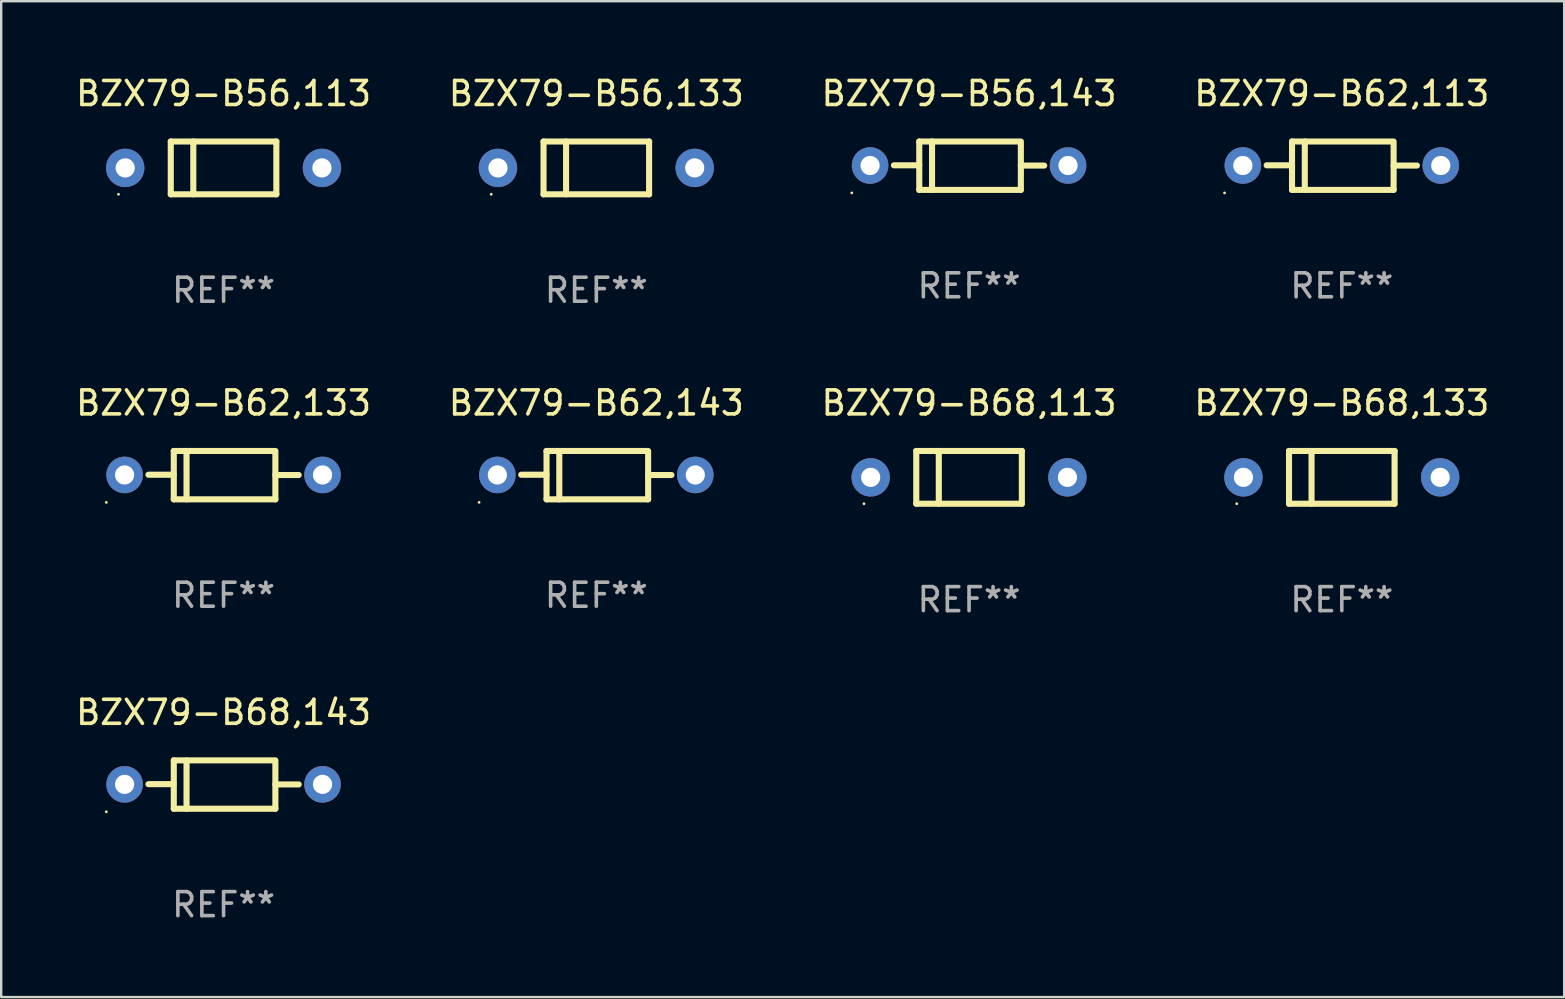
<source format=kicad_pcb>
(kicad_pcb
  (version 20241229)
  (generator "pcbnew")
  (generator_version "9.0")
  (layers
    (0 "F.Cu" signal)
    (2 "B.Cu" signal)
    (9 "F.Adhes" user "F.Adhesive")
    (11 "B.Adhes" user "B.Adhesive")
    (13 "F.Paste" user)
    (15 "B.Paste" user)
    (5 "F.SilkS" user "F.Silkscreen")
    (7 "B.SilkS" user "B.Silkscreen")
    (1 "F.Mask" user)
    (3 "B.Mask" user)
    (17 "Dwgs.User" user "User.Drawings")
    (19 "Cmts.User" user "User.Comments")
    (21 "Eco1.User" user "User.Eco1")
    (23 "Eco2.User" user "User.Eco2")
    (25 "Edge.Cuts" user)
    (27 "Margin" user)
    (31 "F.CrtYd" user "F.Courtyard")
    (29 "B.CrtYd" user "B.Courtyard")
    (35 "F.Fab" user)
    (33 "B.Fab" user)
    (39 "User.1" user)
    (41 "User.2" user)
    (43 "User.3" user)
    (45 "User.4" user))
  (footprint "BZX79-B56,113"
    (layer "F.Cu")
    (at 6.268 3.948)
    (property "Reference" "BZX79-B56,113" (at 0 -3.1 0) (layer "F.SilkS") (effects (font (size 1 1) (thickness 0.15))))
    (attr through_hole)
    (fp_line (start -2.2 -1.1) (end -2.2 1.1) (stroke (width 0.254) (type solid)) (layer "F.SilkS"))
    (fp_line (start -2.2 -1.1) (end 2.2 -1.1) (stroke (width 0.254) (type solid)) (layer "F.SilkS"))
    (fp_line (start -2.2 1.1) (end 2.2 1.1) (stroke (width 0.254) (type solid)) (layer "F.SilkS"))
    (fp_line (start -1.261 -1.1) (end -1.261 1.1) (stroke (width 0.254) (type solid)) (layer "F.SilkS"))
    (fp_line (start 2.2 -1.1) (end 2.2 1.1) (stroke (width 0.254) (type solid)) (layer "F.SilkS"))
    (fp_circle (center -4.38 1.1) (end -4.35 1.1) (stroke (width 0.06) (type solid)) (fill no) (layer "F.SilkS"))
    (fp_text user "REF**" (at 0 5.1 0) (layer "F.Fab") (effects (font (size 1 1) (thickness 0.15))))
    (pad "1" thru_hole circle (at -4.1 0) (size 1.6 1.6) (drill 0.8) (layers "*.Cu" "*.Mask"))
    (pad "2" thru_hole circle (at 4.1 0) (size 1.6 1.6) (drill 0.8) (layers "*.Cu" "*.Mask")))
  (footprint "BZX79-B68,133"
    (layer "F.Cu")
    (at 52.875 16.845)
    (property "Reference" "BZX79-B68,133" (at 0 -3.1 0) (layer "F.SilkS") (effects (font (size 1 1) (thickness 0.15))))
    (attr through_hole)
    (fp_line (start -2.2 -1.1) (end -2.2 1.1) (stroke (width 0.254) (type solid)) (layer "F.SilkS"))
    (fp_line (start -2.2 -1.1) (end 2.2 -1.1) (stroke (width 0.254) (type solid)) (layer "F.SilkS"))
    (fp_line (start -2.2 1.1) (end 2.2 1.1) (stroke (width 0.254) (type solid)) (layer "F.SilkS"))
    (fp_line (start -1.261 -1.1) (end -1.261 1.1) (stroke (width 0.254) (type solid)) (layer "F.SilkS"))
    (fp_line (start 2.2 -1.1) (end 2.2 1.1) (stroke (width 0.254) (type solid)) (layer "F.SilkS"))
    (fp_circle (center -4.38 1.1) (end -4.35 1.1) (stroke (width 0.06) (type solid)) (fill no) (layer "F.SilkS"))
    (fp_text user "REF**" (at 0 5.1 0) (layer "F.Fab") (effects (font (size 1 1) (thickness 0.15))))
    (pad "1" thru_hole circle (at -4.1 0) (size 1.6 1.6) (drill 0.8) (layers "*.Cu" "*.Mask"))
    (pad "2" thru_hole circle (at 4.1 0) (size 1.6 1.6) (drill 0.8) (layers "*.Cu" "*.Mask")))
  (footprint "BZX79-B68,113"
    (layer "F.Cu")
    (at 37.339 16.845)
    (property "Reference" "BZX79-B68,113" (at 0 -3.1 0) (layer "F.SilkS") (effects (font (size 1 1) (thickness 0.15))))
    (attr through_hole)
    (fp_line (start -2.2 -1.1) (end -2.2 1.1) (stroke (width 0.254) (type solid)) (layer "F.SilkS"))
    (fp_line (start -2.2 -1.1) (end 2.2 -1.1) (stroke (width 0.254) (type solid)) (layer "F.SilkS"))
    (fp_line (start -2.2 1.1) (end 2.2 1.1) (stroke (width 0.254) (type solid)) (layer "F.SilkS"))
    (fp_line (start -1.261 -1.1) (end -1.261 1.1) (stroke (width 0.254) (type solid)) (layer "F.SilkS"))
    (fp_line (start 2.2 -1.1) (end 2.2 1.1) (stroke (width 0.254) (type solid)) (layer "F.SilkS"))
    (fp_circle (center -4.38 1.1) (end -4.35 1.1) (stroke (width 0.06) (type solid)) (fill no) (layer "F.SilkS"))
    (fp_text user "REF**" (at 0 5.1 0) (layer "F.Fab") (effects (font (size 1 1) (thickness 0.15))))
    (pad "1" thru_hole circle (at -4.1 0) (size 1.6 1.6) (drill 0.8) (layers "*.Cu" "*.Mask"))
    (pad "2" thru_hole circle (at 4.1 0) (size 1.6 1.6) (drill 0.8) (layers "*.Cu" "*.Mask")))
  (footprint "BZX79-B62,143"
    (layer "F.Cu")
    (at 21.804 16.753)
    (property "Reference" "BZX79-B62,143" (at 0 -3.008 0) (layer "F.SilkS") (effects (font (size 1 1) (thickness 0.15))))
    (attr through_hole)
    (fp_line (start -2.075 -1.008) (end -2.075 1.008) (stroke (width 0.254) (type solid)) (layer "F.SilkS"))
    (fp_line (start -2.075 -0.017) (end -3.132 -0.017) (stroke (width 0.254) (type solid)) (layer "F.SilkS"))
    (fp_line (start -2.075 1.008) (end 2.159 1.008) (stroke (width 0.254) (type solid)) (layer "F.SilkS"))
    (fp_line (start -1.543 -1.008) (end -1.543 1.008) (stroke (width 0.254) (type solid)) (layer "F.SilkS"))
    (fp_line (start 2.075 -1.008) (end -2.075 -1.008) (stroke (width 0.254) (type solid)) (layer "F.SilkS"))
    (fp_line (start 2.159 -0.005) (end 3.132 -0.005) (stroke (width 0.254) (type solid)) (layer "F.SilkS"))
    (fp_line (start 2.159 1.008) (end 2.159 -1.008) (stroke (width 0.254) (type solid)) (layer "F.SilkS"))
    (fp_circle (center -4.887 1.135) (end -4.857 1.135) (stroke (width 0.06) (type solid)) (fill no) (layer "F.SilkS"))
    (fp_text user "REF**" (at 0 5.008 0) (layer "F.Fab") (effects (font (size 1 1) (thickness 0.15))))
    (pad "1" thru_hole circle (at -4.125 -0.008) (size 1.524 1.524) (drill 0.8) (layers "*.Cu" "*.Mask"))
    (pad "2" thru_hole circle (at 4.125 -0.008) (size 1.524 1.524) (drill 0.8) (layers "*.Cu" "*.Mask")))
  (footprint "BZX79-B62,113"
    (layer "F.Cu")
    (at 52.875 3.856)
    (property "Reference" "BZX79-B62,113" (at 0 -3.008 0) (layer "F.SilkS") (effects (font (size 1 1) (thickness 0.15))))
    (attr through_hole)
    (fp_line (start -2.075 -1.008) (end -2.075 1.008) (stroke (width 0.254) (type solid)) (layer "F.SilkS"))
    (fp_line (start -2.075 -0.017) (end -3.132 -0.017) (stroke (width 0.254) (type solid)) (layer "F.SilkS"))
    (fp_line (start -2.075 1.008) (end 2.159 1.008) (stroke (width 0.254) (type solid)) (layer "F.SilkS"))
    (fp_line (start -1.543 -1.008) (end -1.543 1.008) (stroke (width 0.254) (type solid)) (layer "F.SilkS"))
    (fp_line (start 2.075 -1.008) (end -2.075 -1.008) (stroke (width 0.254) (type solid)) (layer "F.SilkS"))
    (fp_line (start 2.159 -0.005) (end 3.132 -0.005) (stroke (width 0.254) (type solid)) (layer "F.SilkS"))
    (fp_line (start 2.159 1.008) (end 2.159 -1.008) (stroke (width 0.254) (type solid)) (layer "F.SilkS"))
    (fp_circle (center -4.887 1.135) (end -4.857 1.135) (stroke (width 0.06) (type solid)) (fill no) (layer "F.SilkS"))
    (fp_text user "REF**" (at 0 5.008 0) (layer "F.Fab") (effects (font (size 1 1) (thickness 0.15))))
    (pad "1" thru_hole circle (at -4.125 -0.008) (size 1.524 1.524) (drill 0.8) (layers "*.Cu" "*.Mask"))
    (pad "2" thru_hole circle (at 4.125 -0.008) (size 1.524 1.524) (drill 0.8) (layers "*.Cu" "*.Mask")))
  (footprint "BZX79-B68,143"
    (layer "F.Cu")
    (at 6.268 29.649)
    (property "Reference" "BZX79-B68,143" (at 0 -3.008 0) (layer "F.SilkS") (effects (font (size 1 1) (thickness 0.15))))
    (attr through_hole)
    (fp_line (start -2.075 -1.008) (end -2.075 1.008) (stroke (width 0.254) (type solid)) (layer "F.SilkS"))
    (fp_line (start -2.075 -0.017) (end -3.132 -0.017) (stroke (width 0.254) (type solid)) (layer "F.SilkS"))
    (fp_line (start -2.075 1.008) (end 2.159 1.008) (stroke (width 0.254) (type solid)) (layer "F.SilkS"))
    (fp_line (start -1.543 -1.008) (end -1.543 1.008) (stroke (width 0.254) (type solid)) (layer "F.SilkS"))
    (fp_line (start 2.075 -1.008) (end -2.075 -1.008) (stroke (width 0.254) (type solid)) (layer "F.SilkS"))
    (fp_line (start 2.159 -0.005) (end 3.132 -0.005) (stroke (width 0.254) (type solid)) (layer "F.SilkS"))
    (fp_line (start 2.159 1.008) (end 2.159 -1.008) (stroke (width 0.254) (type solid)) (layer "F.SilkS"))
    (fp_circle (center -4.887 1.135) (end -4.857 1.135) (stroke (width 0.06) (type solid)) (fill no) (layer "F.SilkS"))
    (fp_text user "REF**" (at 0 5.008 0) (layer "F.Fab") (effects (font (size 1 1) (thickness 0.15))))
    (pad "1" thru_hole circle (at -4.125 -0.008) (size 1.524 1.524) (drill 0.8) (layers "*.Cu" "*.Mask"))
    (pad "2" thru_hole circle (at 4.125 -0.008) (size 1.524 1.524) (drill 0.8) (layers "*.Cu" "*.Mask")))
  (footprint "BZX79-B56,133"
    (layer "F.Cu")
    (at 21.804 3.948)
    (property "Reference" "BZX79-B56,133" (at 0 -3.1 0) (layer "F.SilkS") (effects (font (size 1 1) (thickness 0.15))))
    (attr through_hole)
    (fp_line (start -2.2 -1.1) (end -2.2 1.1) (stroke (width 0.254) (type solid)) (layer "F.SilkS"))
    (fp_line (start -2.2 -1.1) (end 2.2 -1.1) (stroke (width 0.254) (type solid)) (layer "F.SilkS"))
    (fp_line (start -2.2 1.1) (end 2.2 1.1) (stroke (width 0.254) (type solid)) (layer "F.SilkS"))
    (fp_line (start -1.261 -1.1) (end -1.261 1.1) (stroke (width 0.254) (type solid)) (layer "F.SilkS"))
    (fp_line (start 2.2 -1.1) (end 2.2 1.1) (stroke (width 0.254) (type solid)) (layer "F.SilkS"))
    (fp_circle (center -4.38 1.1) (end -4.35 1.1) (stroke (width 0.06) (type solid)) (fill no) (layer "F.SilkS"))
    (fp_text user "REF**" (at 0 5.1 0) (layer "F.Fab") (effects (font (size 1 1) (thickness 0.15))))
    (pad "1" thru_hole circle (at -4.1 0) (size 1.6 1.6) (drill 0.8) (layers "*.Cu" "*.Mask"))
    (pad "2" thru_hole circle (at 4.1 0) (size 1.6 1.6) (drill 0.8) (layers "*.Cu" "*.Mask")))
  (footprint "BZX79-B56,143"
    (layer "F.Cu")
    (at 37.339 3.856)
    (property "Reference" "BZX79-B56,143" (at 0 -3.008 0) (layer "F.SilkS") (effects (font (size 1 1) (thickness 0.15))))
    (attr through_hole)
    (fp_line (start -2.075 -1.008) (end -2.075 1.008) (stroke (width 0.254) (type solid)) (layer "F.SilkS"))
    (fp_line (start -2.075 -0.017) (end -3.132 -0.017) (stroke (width 0.254) (type solid)) (layer "F.SilkS"))
    (fp_line (start -2.075 1.008) (end 2.159 1.008) (stroke (width 0.254) (type solid)) (layer "F.SilkS"))
    (fp_line (start -1.543 -1.008) (end -1.543 1.008) (stroke (width 0.254) (type solid)) (layer "F.SilkS"))
    (fp_line (start 2.075 -1.008) (end -2.075 -1.008) (stroke (width 0.254) (type solid)) (layer "F.SilkS"))
    (fp_line (start 2.159 -0.005) (end 3.132 -0.005) (stroke (width 0.254) (type solid)) (layer "F.SilkS"))
    (fp_line (start 2.159 1.008) (end 2.159 -1.008) (stroke (width 0.254) (type solid)) (layer "F.SilkS"))
    (fp_circle (center -4.887 1.135) (end -4.857 1.135) (stroke (width 0.06) (type solid)) (fill no) (layer "F.SilkS"))
    (fp_text user "REF**" (at 0 5.008 0) (layer "F.Fab") (effects (font (size 1 1) (thickness 0.15))))
    (pad "1" thru_hole circle (at -4.125 -0.008) (size 1.524 1.524) (drill 0.8) (layers "*.Cu" "*.Mask"))
    (pad "2" thru_hole circle (at 4.125 -0.008) (size 1.524 1.524) (drill 0.8) (layers "*.Cu" "*.Mask")))
  (footprint "BZX79-B62,133"
    (layer "F.Cu")
    (at 6.268 16.753)
    (property "Reference" "BZX79-B62,133" (at 0 -3.008 0) (layer "F.SilkS") (effects (font (size 1 1) (thickness 0.15))))
    (attr through_hole)
    (fp_line (start -2.075 -1.008) (end -2.075 1.008) (stroke (width 0.254) (type solid)) (layer "F.SilkS"))
    (fp_line (start -2.075 -0.017) (end -3.132 -0.017) (stroke (width 0.254) (type solid)) (layer "F.SilkS"))
    (fp_line (start -2.075 1.008) (end 2.159 1.008) (stroke (width 0.254) (type solid)) (layer "F.SilkS"))
    (fp_line (start -1.543 -1.008) (end -1.543 1.008) (stroke (width 0.254) (type solid)) (layer "F.SilkS"))
    (fp_line (start 2.075 -1.008) (end -2.075 -1.008) (stroke (width 0.254) (type solid)) (layer "F.SilkS"))
    (fp_line (start 2.159 -0.005) (end 3.132 -0.005) (stroke (width 0.254) (type solid)) (layer "F.SilkS"))
    (fp_line (start 2.159 1.008) (end 2.159 -1.008) (stroke (width 0.254) (type solid)) (layer "F.SilkS"))
    (fp_circle (center -4.887 1.135) (end -4.857 1.135) (stroke (width 0.06) (type solid)) (fill no) (layer "F.SilkS"))
    (fp_text user "REF**" (at 0 5.008 0) (layer "F.Fab") (effects (font (size 1 1) (thickness 0.15))))
    (pad "1" thru_hole circle (at -4.125 -0.008) (size 1.524 1.524) (drill 0.8) (layers "*.Cu" "*.Mask"))
    (pad "2" thru_hole circle (at 4.125 -0.008) (size 1.524 1.524) (drill 0.8) (layers "*.Cu" "*.Mask")))
  (gr_rect
    (start -3 -3)
    (end 62.143 38.506)
    (stroke (width 0.1) (type default))
    (fill no)
    (layer "Edge.Cuts")))
</source>
